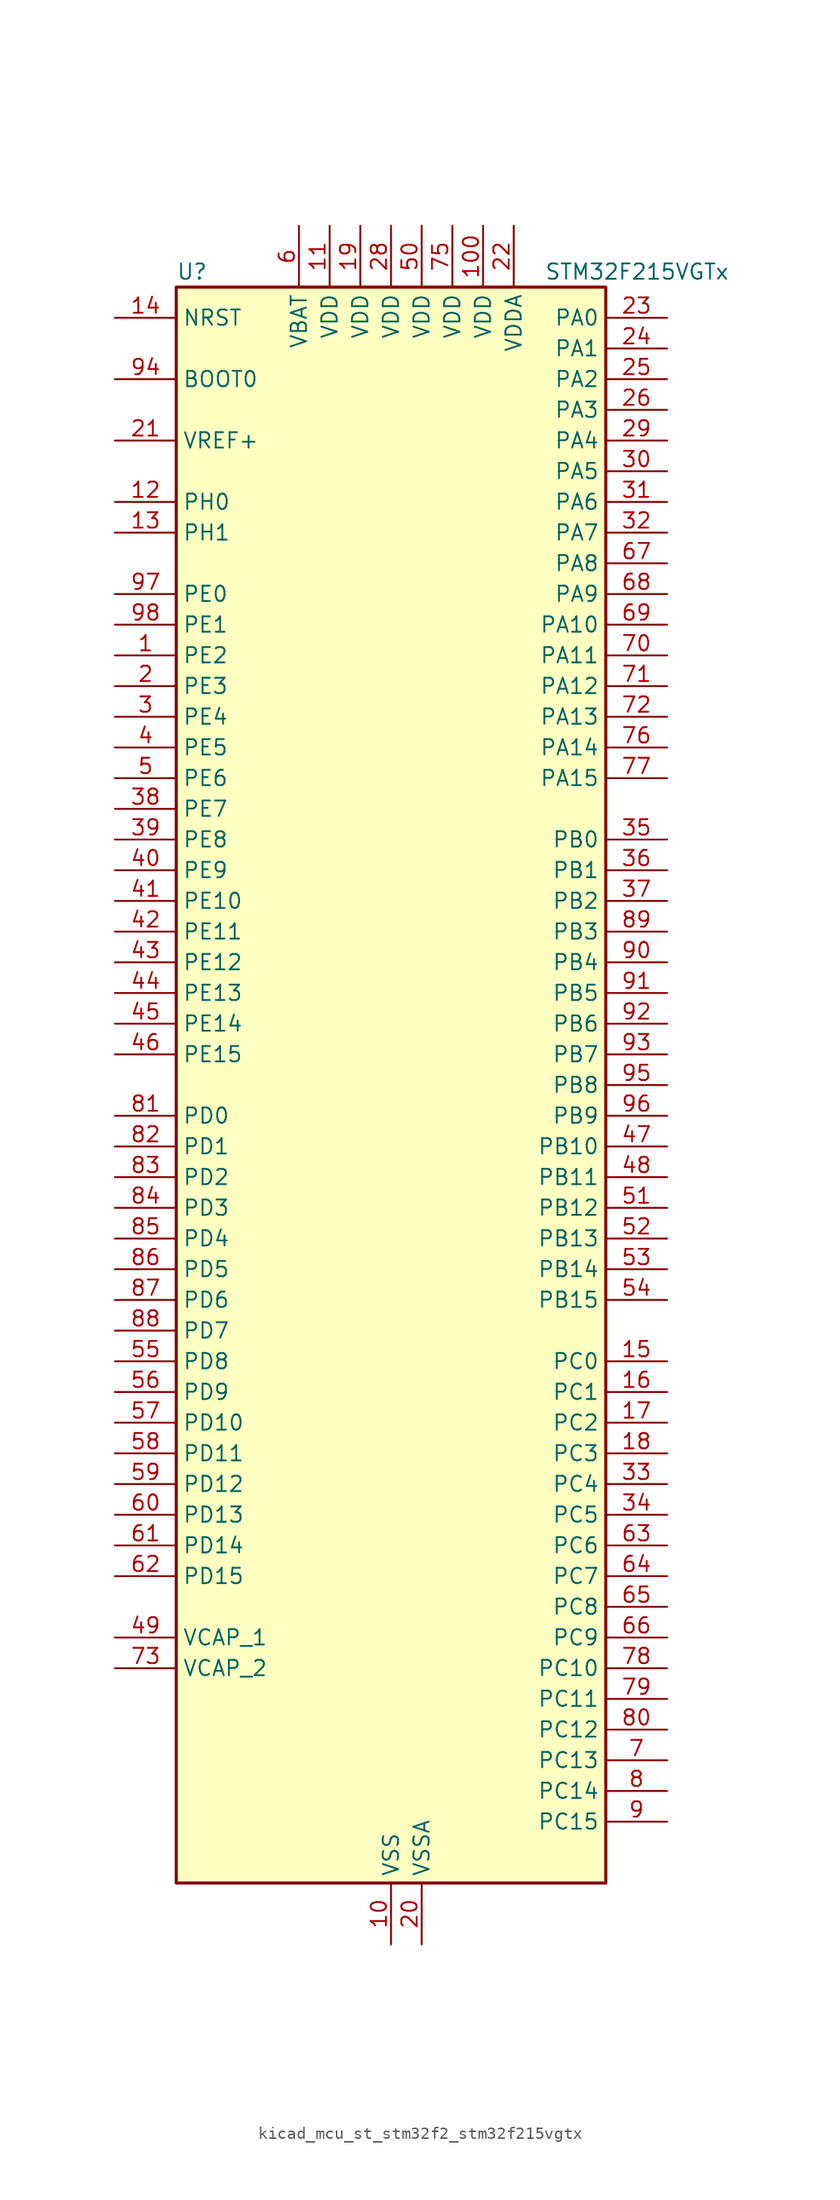
<source format=kicad_sym>
(kicad_symbol_lib
  (version 20220914)
  (generator kicad_symbol_editor)
  (symbol "kicad_mcu_st_stm32f2_stm32f215vgtx"
    (property "Reference" "U"
      (at -17.78 67.31 0)
      (effects (font (size 1.27 1.27)) (justify left)))
    (property "Value" "STM32F215VGTx"
      (at 12.7 67.31 0)
      (effects (font (size 1.27 1.27)) (justify left)))
    (property "ki_locked" ""
      (at 0 0 0)
      (effects (font (size 1.27 1.27))))
    (symbol "kicad_mcu_st_stm32f2_stm32f215vgtx_0_1"
      (rectangle (start -17.78 -66.04) (end 17.78 66.04) (stroke (width 0.254) (type default)) (fill (type background))))
    (symbol "kicad_mcu_st_stm32f2_stm32f215vgtx_1_1"
      (pin bidirectional line (at -22.86 35.56 0) (length 5.08) (name "PE2" (effects (font (size 1.27 1.27)))) (number "1" (effects (font (size 1.27 1.27)))) (alternate "FSMC_A23" bidirectional line) (alternate "SYS_TRACECLK" bidirectional line))
      (pin power_in line (at 0 -71.12 90) (length 5.08) (name "VSS" (effects (font (size 1.27 1.27)))) (number "10" (effects (font (size 1.27 1.27)))))
      (pin power_in line (at 7.62 71.12 270) (length 5.08) (name "VDD" (effects (font (size 1.27 1.27)))) (number "100" (effects (font (size 1.27 1.27)))))
      (pin power_in line (at -5.08 71.12 270) (length 5.08) (name "VDD" (effects (font (size 1.27 1.27)))) (number "11" (effects (font (size 1.27 1.27)))))
      (pin bidirectional line (at -22.86 48.26 0) (length 5.08) (name "PH0" (effects (font (size 1.27 1.27)))) (number "12" (effects (font (size 1.27 1.27)))) (alternate "RCC_OSC_IN" bidirectional line))
      (pin bidirectional line (at -22.86 45.72 0) (length 5.08) (name "PH1" (effects (font (size 1.27 1.27)))) (number "13" (effects (font (size 1.27 1.27)))) (alternate "RCC_OSC_OUT" bidirectional line))
      (pin input line (at -22.86 63.5 0) (length 5.08) (name "NRST" (effects (font (size 1.27 1.27)))) (number "14" (effects (font (size 1.27 1.27)))))
      (pin bidirectional line (at 22.86 -22.86 180) (length 5.08) (name "PC0" (effects (font (size 1.27 1.27)))) (number "15" (effects (font (size 1.27 1.27)))) (alternate "ADC1_IN10" bidirectional line) (alternate "ADC2_IN10" bidirectional line) (alternate "ADC3_IN10" bidirectional line) (alternate "USB_OTG_HS_ULPI_STP" bidirectional line))
      (pin bidirectional line (at 22.86 -25.4 180) (length 5.08) (name "PC1" (effects (font (size 1.27 1.27)))) (number "16" (effects (font (size 1.27 1.27)))) (alternate "ADC1_IN11" bidirectional line) (alternate "ADC2_IN11" bidirectional line) (alternate "ADC3_IN11" bidirectional line))
      (pin bidirectional line (at 22.86 -27.94 180) (length 5.08) (name "PC2" (effects (font (size 1.27 1.27)))) (number "17" (effects (font (size 1.27 1.27)))) (alternate "ADC1_IN12" bidirectional line) (alternate "ADC2_IN12" bidirectional line) (alternate "ADC3_IN12" bidirectional line) (alternate "SPI2_MISO" bidirectional line) (alternate "USB_OTG_HS_ULPI_DIR" bidirectional line))
      (pin bidirectional line (at 22.86 -30.48 180) (length 5.08) (name "PC3" (effects (font (size 1.27 1.27)))) (number "18" (effects (font (size 1.27 1.27)))) (alternate "ADC1_IN13" bidirectional line) (alternate "ADC2_IN13" bidirectional line) (alternate "ADC3_IN13" bidirectional line) (alternate "I2S2_SD" bidirectional line) (alternate "SPI2_MOSI" bidirectional line) (alternate "USB_OTG_HS_ULPI_NXT" bidirectional line))
      (pin power_in line (at -2.54 71.12 270) (length 5.08) (name "VDD" (effects (font (size 1.27 1.27)))) (number "19" (effects (font (size 1.27 1.27)))))
      (pin bidirectional line (at -22.86 33.02 0) (length 5.08) (name "PE3" (effects (font (size 1.27 1.27)))) (number "2" (effects (font (size 1.27 1.27)))) (alternate "FSMC_A19" bidirectional line) (alternate "SYS_TRACED0" bidirectional line))
      (pin power_in line (at 2.54 -71.12 90) (length 5.08) (name "VSSA" (effects (font (size 1.27 1.27)))) (number "20" (effects (font (size 1.27 1.27)))))
      (pin input line (at -22.86 53.34 0) (length 5.08) (name "VREF+" (effects (font (size 1.27 1.27)))) (number "21" (effects (font (size 1.27 1.27)))))
      (pin power_in line (at 10.16 71.12 270) (length 5.08) (name "VDDA" (effects (font (size 1.27 1.27)))) (number "22" (effects (font (size 1.27 1.27)))))
      (pin bidirectional line (at 22.86 63.5 180) (length 5.08) (name "PA0" (effects (font (size 1.27 1.27)))) (number "23" (effects (font (size 1.27 1.27)))) (alternate "ADC1_IN0" bidirectional line) (alternate "ADC2_IN0" bidirectional line) (alternate "ADC3_IN0" bidirectional line) (alternate "SYS_WKUP" bidirectional line) (alternate "TIM2_CH1" bidirectional line) (alternate "TIM2_ETR" bidirectional line) (alternate "TIM5_CH1" bidirectional line) (alternate "TIM8_ETR" bidirectional line) (alternate "UART4_TX" bidirectional line) (alternate "USART2_CTS" bidirectional line))
      (pin bidirectional line (at 22.86 60.96 180) (length 5.08) (name "PA1" (effects (font (size 1.27 1.27)))) (number "24" (effects (font (size 1.27 1.27)))) (alternate "ADC1_IN1" bidirectional line) (alternate "ADC2_IN1" bidirectional line) (alternate "ADC3_IN1" bidirectional line) (alternate "TIM2_CH2" bidirectional line) (alternate "TIM5_CH2" bidirectional line) (alternate "UART4_RX" bidirectional line) (alternate "USART2_RTS" bidirectional line))
      (pin bidirectional line (at 22.86 58.42 180) (length 5.08) (name "PA2" (effects (font (size 1.27 1.27)))) (number "25" (effects (font (size 1.27 1.27)))) (alternate "ADC1_IN2" bidirectional line) (alternate "ADC2_IN2" bidirectional line) (alternate "ADC3_IN2" bidirectional line) (alternate "TIM2_CH3" bidirectional line) (alternate "TIM5_CH3" bidirectional line) (alternate "TIM9_CH1" bidirectional line) (alternate "USART2_TX" bidirectional line))
      (pin bidirectional line (at 22.86 55.88 180) (length 5.08) (name "PA3" (effects (font (size 1.27 1.27)))) (number "26" (effects (font (size 1.27 1.27)))) (alternate "ADC1_IN3" bidirectional line) (alternate "ADC2_IN3" bidirectional line) (alternate "ADC3_IN3" bidirectional line) (alternate "TIM2_CH4" bidirectional line) (alternate "TIM5_CH4" bidirectional line) (alternate "TIM9_CH2" bidirectional line) (alternate "USART2_RX" bidirectional line) (alternate "USB_OTG_HS_ULPI_D0" bidirectional line))
      (pin passive line (at 0 -71.12 90) (length 5.08) hide (name "VSS" (effects (font (size 1.27 1.27)))) (number "27" (effects (font (size 1.27 1.27)))))
      (pin power_in line (at 0 71.12 270) (length 5.08) (name "VDD" (effects (font (size 1.27 1.27)))) (number "28" (effects (font (size 1.27 1.27)))))
      (pin bidirectional line (at 22.86 53.34 180) (length 5.08) (name "PA4" (effects (font (size 1.27 1.27)))) (number "29" (effects (font (size 1.27 1.27)))) (alternate "ADC1_IN4" bidirectional line) (alternate "ADC2_IN4" bidirectional line) (alternate "DAC_OUT1" bidirectional line) (alternate "I2S3_WS" bidirectional line) (alternate "SPI1_NSS" bidirectional line) (alternate "SPI3_NSS" bidirectional line) (alternate "USART2_CK" bidirectional line) (alternate "USB_OTG_HS_SOF" bidirectional line))
      (pin bidirectional line (at -22.86 30.48 0) (length 5.08) (name "PE4" (effects (font (size 1.27 1.27)))) (number "3" (effects (font (size 1.27 1.27)))) (alternate "FSMC_A20" bidirectional line) (alternate "SYS_TRACED1" bidirectional line))
      (pin bidirectional line (at 22.86 50.8 180) (length 5.08) (name "PA5" (effects (font (size 1.27 1.27)))) (number "30" (effects (font (size 1.27 1.27)))) (alternate "ADC1_IN5" bidirectional line) (alternate "ADC2_IN5" bidirectional line) (alternate "DAC_OUT2" bidirectional line) (alternate "SPI1_SCK" bidirectional line) (alternate "TIM2_CH1" bidirectional line) (alternate "TIM2_ETR" bidirectional line) (alternate "TIM8_CH1N" bidirectional line) (alternate "USB_OTG_HS_ULPI_CK" bidirectional line))
      (pin bidirectional line (at 22.86 48.26 180) (length 5.08) (name "PA6" (effects (font (size 1.27 1.27)))) (number "31" (effects (font (size 1.27 1.27)))) (alternate "ADC1_IN6" bidirectional line) (alternate "ADC2_IN6" bidirectional line) (alternate "SPI1_MISO" bidirectional line) (alternate "TIM13_CH1" bidirectional line) (alternate "TIM1_BKIN" bidirectional line) (alternate "TIM3_CH1" bidirectional line) (alternate "TIM8_BKIN" bidirectional line))
      (pin bidirectional line (at 22.86 45.72 180) (length 5.08) (name "PA7" (effects (font (size 1.27 1.27)))) (number "32" (effects (font (size 1.27 1.27)))) (alternate "ADC1_IN7" bidirectional line) (alternate "ADC2_IN7" bidirectional line) (alternate "SPI1_MOSI" bidirectional line) (alternate "TIM14_CH1" bidirectional line) (alternate "TIM1_CH1N" bidirectional line) (alternate "TIM3_CH2" bidirectional line) (alternate "TIM8_CH1N" bidirectional line))
      (pin bidirectional line (at 22.86 -33.02 180) (length 5.08) (name "PC4" (effects (font (size 1.27 1.27)))) (number "33" (effects (font (size 1.27 1.27)))) (alternate "ADC1_IN14" bidirectional line) (alternate "ADC2_IN14" bidirectional line))
      (pin bidirectional line (at 22.86 -35.56 180) (length 5.08) (name "PC5" (effects (font (size 1.27 1.27)))) (number "34" (effects (font (size 1.27 1.27)))) (alternate "ADC1_IN15" bidirectional line) (alternate "ADC2_IN15" bidirectional line))
      (pin bidirectional line (at 22.86 20.32 180) (length 5.08) (name "PB0" (effects (font (size 1.27 1.27)))) (number "35" (effects (font (size 1.27 1.27)))) (alternate "ADC1_IN8" bidirectional line) (alternate "ADC2_IN8" bidirectional line) (alternate "TIM1_CH2N" bidirectional line) (alternate "TIM3_CH3" bidirectional line) (alternate "TIM8_CH2N" bidirectional line) (alternate "USB_OTG_HS_ULPI_D1" bidirectional line))
      (pin bidirectional line (at 22.86 17.78 180) (length 5.08) (name "PB1" (effects (font (size 1.27 1.27)))) (number "36" (effects (font (size 1.27 1.27)))) (alternate "ADC1_IN9" bidirectional line) (alternate "ADC2_IN9" bidirectional line) (alternate "TIM1_CH3N" bidirectional line) (alternate "TIM3_CH4" bidirectional line) (alternate "TIM8_CH3N" bidirectional line) (alternate "USB_OTG_HS_ULPI_D2" bidirectional line))
      (pin bidirectional line (at 22.86 15.24 180) (length 5.08) (name "PB2" (effects (font (size 1.27 1.27)))) (number "37" (effects (font (size 1.27 1.27)))))
      (pin bidirectional line (at -22.86 22.86 0) (length 5.08) (name "PE7" (effects (font (size 1.27 1.27)))) (number "38" (effects (font (size 1.27 1.27)))) (alternate "FSMC_D4" bidirectional line) (alternate "FSMC_DA4" bidirectional line) (alternate "TIM1_ETR" bidirectional line))
      (pin bidirectional line (at -22.86 20.32 0) (length 5.08) (name "PE8" (effects (font (size 1.27 1.27)))) (number "39" (effects (font (size 1.27 1.27)))) (alternate "FSMC_D5" bidirectional line) (alternate "FSMC_DA5" bidirectional line) (alternate "TIM1_CH1N" bidirectional line))
      (pin bidirectional line (at -22.86 27.94 0) (length 5.08) (name "PE5" (effects (font (size 1.27 1.27)))) (number "4" (effects (font (size 1.27 1.27)))) (alternate "FSMC_A21" bidirectional line) (alternate "SYS_TRACED2" bidirectional line) (alternate "TIM9_CH1" bidirectional line))
      (pin bidirectional line (at -22.86 17.78 0) (length 5.08) (name "PE9" (effects (font (size 1.27 1.27)))) (number "40" (effects (font (size 1.27 1.27)))) (alternate "DAC_EXTI9" bidirectional line) (alternate "FSMC_D6" bidirectional line) (alternate "FSMC_DA6" bidirectional line) (alternate "TIM1_CH1" bidirectional line))
      (pin bidirectional line (at -22.86 15.24 0) (length 5.08) (name "PE10" (effects (font (size 1.27 1.27)))) (number "41" (effects (font (size 1.27 1.27)))) (alternate "FSMC_D7" bidirectional line) (alternate "FSMC_DA7" bidirectional line) (alternate "TIM1_CH2N" bidirectional line))
      (pin bidirectional line (at -22.86 12.7 0) (length 5.08) (name "PE11" (effects (font (size 1.27 1.27)))) (number "42" (effects (font (size 1.27 1.27)))) (alternate "ADC1_EXTI11" bidirectional line) (alternate "ADC2_EXTI11" bidirectional line) (alternate "ADC3_EXTI11" bidirectional line) (alternate "FSMC_D8" bidirectional line) (alternate "FSMC_DA8" bidirectional line) (alternate "TIM1_CH2" bidirectional line))
      (pin bidirectional line (at -22.86 10.16 0) (length 5.08) (name "PE12" (effects (font (size 1.27 1.27)))) (number "43" (effects (font (size 1.27 1.27)))) (alternate "FSMC_D9" bidirectional line) (alternate "FSMC_DA9" bidirectional line) (alternate "TIM1_CH3N" bidirectional line))
      (pin bidirectional line (at -22.86 7.62 0) (length 5.08) (name "PE13" (effects (font (size 1.27 1.27)))) (number "44" (effects (font (size 1.27 1.27)))) (alternate "FSMC_D10" bidirectional line) (alternate "FSMC_DA10" bidirectional line) (alternate "TIM1_CH3" bidirectional line))
      (pin bidirectional line (at -22.86 5.08 0) (length 5.08) (name "PE14" (effects (font (size 1.27 1.27)))) (number "45" (effects (font (size 1.27 1.27)))) (alternate "FSMC_D11" bidirectional line) (alternate "FSMC_DA11" bidirectional line) (alternate "TIM1_CH4" bidirectional line))
      (pin bidirectional line (at -22.86 2.54 0) (length 5.08) (name "PE15" (effects (font (size 1.27 1.27)))) (number "46" (effects (font (size 1.27 1.27)))) (alternate "ADC1_EXTI15" bidirectional line) (alternate "ADC2_EXTI15" bidirectional line) (alternate "ADC3_EXTI15" bidirectional line) (alternate "FSMC_D12" bidirectional line) (alternate "FSMC_DA12" bidirectional line) (alternate "TIM1_BKIN" bidirectional line))
      (pin bidirectional line (at 22.86 -5.08 180) (length 5.08) (name "PB10" (effects (font (size 1.27 1.27)))) (number "47" (effects (font (size 1.27 1.27)))) (alternate "I2C2_SCL" bidirectional line) (alternate "I2S2_SCK" bidirectional line) (alternate "SPI2_SCK" bidirectional line) (alternate "TIM2_CH3" bidirectional line) (alternate "USART3_TX" bidirectional line) (alternate "USB_OTG_HS_ULPI_D3" bidirectional line))
      (pin bidirectional line (at 22.86 -7.62 180) (length 5.08) (name "PB11" (effects (font (size 1.27 1.27)))) (number "48" (effects (font (size 1.27 1.27)))) (alternate "ADC1_EXTI11" bidirectional line) (alternate "ADC2_EXTI11" bidirectional line) (alternate "ADC3_EXTI11" bidirectional line) (alternate "I2C2_SDA" bidirectional line) (alternate "TIM2_CH4" bidirectional line) (alternate "USART3_RX" bidirectional line) (alternate "USB_OTG_HS_ULPI_D4" bidirectional line))
      (pin power_out line (at -22.86 -45.72 0) (length 5.08) (name "VCAP_1" (effects (font (size 1.27 1.27)))) (number "49" (effects (font (size 1.27 1.27)))))
      (pin bidirectional line (at -22.86 25.4 0) (length 5.08) (name "PE6" (effects (font (size 1.27 1.27)))) (number "5" (effects (font (size 1.27 1.27)))) (alternate "FSMC_A22" bidirectional line) (alternate "SYS_TRACED3" bidirectional line) (alternate "TIM9_CH2" bidirectional line))
      (pin power_in line (at 2.54 71.12 270) (length 5.08) (name "VDD" (effects (font (size 1.27 1.27)))) (number "50" (effects (font (size 1.27 1.27)))))
      (pin bidirectional line (at 22.86 -10.16 180) (length 5.08) (name "PB12" (effects (font (size 1.27 1.27)))) (number "51" (effects (font (size 1.27 1.27)))) (alternate "CAN2_RX" bidirectional line) (alternate "I2C2_SMBA" bidirectional line) (alternate "I2S2_WS" bidirectional line) (alternate "SPI2_NSS" bidirectional line) (alternate "TIM1_BKIN" bidirectional line) (alternate "USART3_CK" bidirectional line) (alternate "USB_OTG_HS_ID" bidirectional line) (alternate "USB_OTG_HS_ULPI_D5" bidirectional line))
      (pin bidirectional line (at 22.86 -12.7 180) (length 5.08) (name "PB13" (effects (font (size 1.27 1.27)))) (number "52" (effects (font (size 1.27 1.27)))) (alternate "CAN2_TX" bidirectional line) (alternate "I2S2_SCK" bidirectional line) (alternate "SPI2_SCK" bidirectional line) (alternate "TIM1_CH1N" bidirectional line) (alternate "USART3_CTS" bidirectional line) (alternate "USB_OTG_HS_ULPI_D6" bidirectional line) (alternate "USB_OTG_HS_VBUS" bidirectional line))
      (pin bidirectional line (at 22.86 -15.24 180) (length 5.08) (name "PB14" (effects (font (size 1.27 1.27)))) (number "53" (effects (font (size 1.27 1.27)))) (alternate "SPI2_MISO" bidirectional line) (alternate "TIM12_CH1" bidirectional line) (alternate "TIM1_CH2N" bidirectional line) (alternate "TIM8_CH2N" bidirectional line) (alternate "USART3_RTS" bidirectional line) (alternate "USB_OTG_HS_DM" bidirectional line))
      (pin bidirectional line (at 22.86 -17.78 180) (length 5.08) (name "PB15" (effects (font (size 1.27 1.27)))) (number "54" (effects (font (size 1.27 1.27)))) (alternate "ADC1_EXTI15" bidirectional line) (alternate "ADC2_EXTI15" bidirectional line) (alternate "ADC3_EXTI15" bidirectional line) (alternate "I2S2_SD" bidirectional line) (alternate "RTC_REFIN" bidirectional line) (alternate "SPI2_MOSI" bidirectional line) (alternate "TIM12_CH2" bidirectional line) (alternate "TIM1_CH3N" bidirectional line) (alternate "TIM8_CH3N" bidirectional line) (alternate "USB_OTG_HS_DP" bidirectional line))
      (pin bidirectional line (at -22.86 -22.86 0) (length 5.08) (name "PD8" (effects (font (size 1.27 1.27)))) (number "55" (effects (font (size 1.27 1.27)))) (alternate "FSMC_D13" bidirectional line) (alternate "FSMC_DA13" bidirectional line) (alternate "USART3_TX" bidirectional line))
      (pin bidirectional line (at -22.86 -25.4 0) (length 5.08) (name "PD9" (effects (font (size 1.27 1.27)))) (number "56" (effects (font (size 1.27 1.27)))) (alternate "DAC_EXTI9" bidirectional line) (alternate "FSMC_D14" bidirectional line) (alternate "FSMC_DA14" bidirectional line) (alternate "USART3_RX" bidirectional line))
      (pin bidirectional line (at -22.86 -27.94 0) (length 5.08) (name "PD10" (effects (font (size 1.27 1.27)))) (number "57" (effects (font (size 1.27 1.27)))) (alternate "FSMC_D15" bidirectional line) (alternate "FSMC_DA15" bidirectional line) (alternate "USART3_CK" bidirectional line))
      (pin bidirectional line (at -22.86 -30.48 0) (length 5.08) (name "PD11" (effects (font (size 1.27 1.27)))) (number "58" (effects (font (size 1.27 1.27)))) (alternate "ADC1_EXTI11" bidirectional line) (alternate "ADC2_EXTI11" bidirectional line) (alternate "ADC3_EXTI11" bidirectional line) (alternate "FSMC_A16" bidirectional line) (alternate "FSMC_CLE" bidirectional line) (alternate "USART3_CTS" bidirectional line))
      (pin bidirectional line (at -22.86 -33.02 0) (length 5.08) (name "PD12" (effects (font (size 1.27 1.27)))) (number "59" (effects (font (size 1.27 1.27)))) (alternate "FSMC_A17" bidirectional line) (alternate "FSMC_ALE" bidirectional line) (alternate "TIM4_CH1" bidirectional line) (alternate "USART3_RTS" bidirectional line))
      (pin power_in line (at -7.62 71.12 270) (length 5.08) (name "VBAT" (effects (font (size 1.27 1.27)))) (number "6" (effects (font (size 1.27 1.27)))))
      (pin bidirectional line (at -22.86 -35.56 0) (length 5.08) (name "PD13" (effects (font (size 1.27 1.27)))) (number "60" (effects (font (size 1.27 1.27)))) (alternate "FSMC_A18" bidirectional line) (alternate "TIM4_CH2" bidirectional line))
      (pin bidirectional line (at -22.86 -38.1 0) (length 5.08) (name "PD14" (effects (font (size 1.27 1.27)))) (number "61" (effects (font (size 1.27 1.27)))) (alternate "FSMC_D0" bidirectional line) (alternate "FSMC_DA0" bidirectional line) (alternate "TIM4_CH3" bidirectional line))
      (pin bidirectional line (at -22.86 -40.64 0) (length 5.08) (name "PD15" (effects (font (size 1.27 1.27)))) (number "62" (effects (font (size 1.27 1.27)))) (alternate "ADC1_EXTI15" bidirectional line) (alternate "ADC2_EXTI15" bidirectional line) (alternate "ADC3_EXTI15" bidirectional line) (alternate "FSMC_D1" bidirectional line) (alternate "FSMC_DA1" bidirectional line) (alternate "TIM4_CH4" bidirectional line))
      (pin bidirectional line (at 22.86 -38.1 180) (length 5.08) (name "PC6" (effects (font (size 1.27 1.27)))) (number "63" (effects (font (size 1.27 1.27)))) (alternate "I2S2_MCK" bidirectional line) (alternate "SDIO_D6" bidirectional line) (alternate "TIM3_CH1" bidirectional line) (alternate "TIM8_CH1" bidirectional line) (alternate "USART6_TX" bidirectional line))
      (pin bidirectional line (at 22.86 -40.64 180) (length 5.08) (name "PC7" (effects (font (size 1.27 1.27)))) (number "64" (effects (font (size 1.27 1.27)))) (alternate "I2S3_MCK" bidirectional line) (alternate "SDIO_D7" bidirectional line) (alternate "TIM3_CH2" bidirectional line) (alternate "TIM8_CH2" bidirectional line) (alternate "USART6_RX" bidirectional line))
      (pin bidirectional line (at 22.86 -43.18 180) (length 5.08) (name "PC8" (effects (font (size 1.27 1.27)))) (number "65" (effects (font (size 1.27 1.27)))) (alternate "SDIO_D0" bidirectional line) (alternate "TIM3_CH3" bidirectional line) (alternate "TIM8_CH3" bidirectional line) (alternate "USART6_CK" bidirectional line))
      (pin bidirectional line (at 22.86 -45.72 180) (length 5.08) (name "PC9" (effects (font (size 1.27 1.27)))) (number "66" (effects (font (size 1.27 1.27)))) (alternate "DAC_EXTI9" bidirectional line) (alternate "I2C3_SDA" bidirectional line) (alternate "I2S_CKIN" bidirectional line) (alternate "RCC_MCO_2" bidirectional line) (alternate "SDIO_D1" bidirectional line) (alternate "TIM3_CH4" bidirectional line) (alternate "TIM8_CH4" bidirectional line))
      (pin bidirectional line (at 22.86 43.18 180) (length 5.08) (name "PA8" (effects (font (size 1.27 1.27)))) (number "67" (effects (font (size 1.27 1.27)))) (alternate "I2C3_SCL" bidirectional line) (alternate "RCC_MCO_1" bidirectional line) (alternate "TIM1_CH1" bidirectional line) (alternate "USART1_CK" bidirectional line) (alternate "USB_OTG_FS_SOF" bidirectional line))
      (pin bidirectional line (at 22.86 40.64 180) (length 5.08) (name "PA9" (effects (font (size 1.27 1.27)))) (number "68" (effects (font (size 1.27 1.27)))) (alternate "DAC_EXTI9" bidirectional line) (alternate "I2C3_SMBA" bidirectional line) (alternate "TIM1_CH2" bidirectional line) (alternate "USART1_TX" bidirectional line) (alternate "USB_OTG_FS_VBUS" bidirectional line))
      (pin bidirectional line (at 22.86 38.1 180) (length 5.08) (name "PA10" (effects (font (size 1.27 1.27)))) (number "69" (effects (font (size 1.27 1.27)))) (alternate "TIM1_CH3" bidirectional line) (alternate "USART1_RX" bidirectional line) (alternate "USB_OTG_FS_ID" bidirectional line))
      (pin bidirectional line (at 22.86 -55.88 180) (length 5.08) (name "PC13" (effects (font (size 1.27 1.27)))) (number "7" (effects (font (size 1.27 1.27)))) (alternate "RTC_AF1" bidirectional line))
      (pin bidirectional line (at 22.86 35.56 180) (length 5.08) (name "PA11" (effects (font (size 1.27 1.27)))) (number "70" (effects (font (size 1.27 1.27)))) (alternate "ADC1_EXTI11" bidirectional line) (alternate "ADC2_EXTI11" bidirectional line) (alternate "ADC3_EXTI11" bidirectional line) (alternate "CAN1_RX" bidirectional line) (alternate "TIM1_CH4" bidirectional line) (alternate "USART1_CTS" bidirectional line) (alternate "USB_OTG_FS_DM" bidirectional line))
      (pin bidirectional line (at 22.86 33.02 180) (length 5.08) (name "PA12" (effects (font (size 1.27 1.27)))) (number "71" (effects (font (size 1.27 1.27)))) (alternate "CAN1_TX" bidirectional line) (alternate "TIM1_ETR" bidirectional line) (alternate "USART1_RTS" bidirectional line) (alternate "USB_OTG_FS_DP" bidirectional line))
      (pin bidirectional line (at 22.86 30.48 180) (length 5.08) (name "PA13" (effects (font (size 1.27 1.27)))) (number "72" (effects (font (size 1.27 1.27)))) (alternate "SYS_JTMS-SWDIO" bidirectional line))
      (pin power_out line (at -22.86 -48.26 0) (length 5.08) (name "VCAP_2" (effects (font (size 1.27 1.27)))) (number "73" (effects (font (size 1.27 1.27)))))
      (pin passive line (at 0 -71.12 90) (length 5.08) hide (name "VSS" (effects (font (size 1.27 1.27)))) (number "74" (effects (font (size 1.27 1.27)))))
      (pin power_in line (at 5.08 71.12 270) (length 5.08) (name "VDD" (effects (font (size 1.27 1.27)))) (number "75" (effects (font (size 1.27 1.27)))))
      (pin bidirectional line (at 22.86 27.94 180) (length 5.08) (name "PA14" (effects (font (size 1.27 1.27)))) (number "76" (effects (font (size 1.27 1.27)))) (alternate "SYS_JTCK-SWCLK" bidirectional line))
      (pin bidirectional line (at 22.86 25.4 180) (length 5.08) (name "PA15" (effects (font (size 1.27 1.27)))) (number "77" (effects (font (size 1.27 1.27)))) (alternate "ADC1_EXTI15" bidirectional line) (alternate "ADC2_EXTI15" bidirectional line) (alternate "ADC3_EXTI15" bidirectional line) (alternate "I2S3_WS" bidirectional line) (alternate "SPI1_NSS" bidirectional line) (alternate "SPI3_NSS" bidirectional line) (alternate "SYS_JTDI" bidirectional line) (alternate "TIM2_CH1" bidirectional line) (alternate "TIM2_ETR" bidirectional line))
      (pin bidirectional line (at 22.86 -48.26 180) (length 5.08) (name "PC10" (effects (font (size 1.27 1.27)))) (number "78" (effects (font (size 1.27 1.27)))) (alternate "I2S3_SCK" bidirectional line) (alternate "SDIO_D2" bidirectional line) (alternate "SPI3_SCK" bidirectional line) (alternate "UART4_TX" bidirectional line) (alternate "USART3_TX" bidirectional line))
      (pin bidirectional line (at 22.86 -50.8 180) (length 5.08) (name "PC11" (effects (font (size 1.27 1.27)))) (number "79" (effects (font (size 1.27 1.27)))) (alternate "ADC1_EXTI11" bidirectional line) (alternate "ADC2_EXTI11" bidirectional line) (alternate "ADC3_EXTI11" bidirectional line) (alternate "SDIO_D3" bidirectional line) (alternate "SPI3_MISO" bidirectional line) (alternate "UART4_RX" bidirectional line) (alternate "USART3_RX" bidirectional line))
      (pin bidirectional line (at 22.86 -58.42 180) (length 5.08) (name "PC14" (effects (font (size 1.27 1.27)))) (number "8" (effects (font (size 1.27 1.27)))) (alternate "RCC_OSC32_IN" bidirectional line))
      (pin bidirectional line (at 22.86 -53.34 180) (length 5.08) (name "PC12" (effects (font (size 1.27 1.27)))) (number "80" (effects (font (size 1.27 1.27)))) (alternate "I2S3_SD" bidirectional line) (alternate "SDIO_CK" bidirectional line) (alternate "SPI3_MOSI" bidirectional line) (alternate "UART5_TX" bidirectional line) (alternate "USART3_CK" bidirectional line))
      (pin bidirectional line (at -22.86 -2.54 0) (length 5.08) (name "PD0" (effects (font (size 1.27 1.27)))) (number "81" (effects (font (size 1.27 1.27)))) (alternate "CAN1_RX" bidirectional line) (alternate "FSMC_D2" bidirectional line) (alternate "FSMC_DA2" bidirectional line))
      (pin bidirectional line (at -22.86 -5.08 0) (length 5.08) (name "PD1" (effects (font (size 1.27 1.27)))) (number "82" (effects (font (size 1.27 1.27)))) (alternate "CAN1_TX" bidirectional line) (alternate "FSMC_D3" bidirectional line) (alternate "FSMC_DA3" bidirectional line))
      (pin bidirectional line (at -22.86 -7.62 0) (length 5.08) (name "PD2" (effects (font (size 1.27 1.27)))) (number "83" (effects (font (size 1.27 1.27)))) (alternate "SDIO_CMD" bidirectional line) (alternate "TIM3_ETR" bidirectional line) (alternate "UART5_RX" bidirectional line))
      (pin bidirectional line (at -22.86 -10.16 0) (length 5.08) (name "PD3" (effects (font (size 1.27 1.27)))) (number "84" (effects (font (size 1.27 1.27)))) (alternate "FSMC_CLK" bidirectional line) (alternate "USART2_CTS" bidirectional line))
      (pin bidirectional line (at -22.86 -12.7 0) (length 5.08) (name "PD4" (effects (font (size 1.27 1.27)))) (number "85" (effects (font (size 1.27 1.27)))) (alternate "FSMC_NOE" bidirectional line) (alternate "USART2_RTS" bidirectional line))
      (pin bidirectional line (at -22.86 -15.24 0) (length 5.08) (name "PD5" (effects (font (size 1.27 1.27)))) (number "86" (effects (font (size 1.27 1.27)))) (alternate "FSMC_NWE" bidirectional line) (alternate "USART2_TX" bidirectional line))
      (pin bidirectional line (at -22.86 -17.78 0) (length 5.08) (name "PD6" (effects (font (size 1.27 1.27)))) (number "87" (effects (font (size 1.27 1.27)))) (alternate "FSMC_NWAIT" bidirectional line) (alternate "USART2_RX" bidirectional line))
      (pin bidirectional line (at -22.86 -20.32 0) (length 5.08) (name "PD7" (effects (font (size 1.27 1.27)))) (number "88" (effects (font (size 1.27 1.27)))) (alternate "FSMC_NCE2" bidirectional line) (alternate "FSMC_NE1" bidirectional line) (alternate "USART2_CK" bidirectional line))
      (pin bidirectional line (at 22.86 12.7 180) (length 5.08) (name "PB3" (effects (font (size 1.27 1.27)))) (number "89" (effects (font (size 1.27 1.27)))) (alternate "I2S3_SCK" bidirectional line) (alternate "SPI1_SCK" bidirectional line) (alternate "SPI3_SCK" bidirectional line) (alternate "SYS_JTDO-SWO" bidirectional line) (alternate "TIM2_CH2" bidirectional line))
      (pin bidirectional line (at 22.86 -60.96 180) (length 5.08) (name "PC15" (effects (font (size 1.27 1.27)))) (number "9" (effects (font (size 1.27 1.27)))) (alternate "ADC1_EXTI15" bidirectional line) (alternate "ADC2_EXTI15" bidirectional line) (alternate "ADC3_EXTI15" bidirectional line) (alternate "RCC_OSC32_OUT" bidirectional line))
      (pin bidirectional line (at 22.86 10.16 180) (length 5.08) (name "PB4" (effects (font (size 1.27 1.27)))) (number "90" (effects (font (size 1.27 1.27)))) (alternate "SPI1_MISO" bidirectional line) (alternate "SPI3_MISO" bidirectional line) (alternate "SYS_JTRST" bidirectional line) (alternate "TIM3_CH1" bidirectional line))
      (pin bidirectional line (at 22.86 7.62 180) (length 5.08) (name "PB5" (effects (font (size 1.27 1.27)))) (number "91" (effects (font (size 1.27 1.27)))) (alternate "CAN2_RX" bidirectional line) (alternate "I2C1_SMBA" bidirectional line) (alternate "I2S3_SD" bidirectional line) (alternate "SPI1_MOSI" bidirectional line) (alternate "SPI3_MOSI" bidirectional line) (alternate "TIM3_CH2" bidirectional line) (alternate "USB_OTG_HS_ULPI_D7" bidirectional line))
      (pin bidirectional line (at 22.86 5.08 180) (length 5.08) (name "PB6" (effects (font (size 1.27 1.27)))) (number "92" (effects (font (size 1.27 1.27)))) (alternate "CAN2_TX" bidirectional line) (alternate "I2C1_SCL" bidirectional line) (alternate "TIM4_CH1" bidirectional line) (alternate "USART1_TX" bidirectional line))
      (pin bidirectional line (at 22.86 2.54 180) (length 5.08) (name "PB7" (effects (font (size 1.27 1.27)))) (number "93" (effects (font (size 1.27 1.27)))) (alternate "FSMC_NL" bidirectional line) (alternate "I2C1_SDA" bidirectional line) (alternate "TIM4_CH2" bidirectional line) (alternate "USART1_RX" bidirectional line))
      (pin input line (at -22.86 58.42 0) (length 5.08) (name "BOOT0" (effects (font (size 1.27 1.27)))) (number "94" (effects (font (size 1.27 1.27)))))
      (pin bidirectional line (at 22.86 0 180) (length 5.08) (name "PB8" (effects (font (size 1.27 1.27)))) (number "95" (effects (font (size 1.27 1.27)))) (alternate "CAN1_RX" bidirectional line) (alternate "I2C1_SCL" bidirectional line) (alternate "SDIO_D4" bidirectional line) (alternate "TIM10_CH1" bidirectional line) (alternate "TIM4_CH3" bidirectional line))
      (pin bidirectional line (at 22.86 -2.54 180) (length 5.08) (name "PB9" (effects (font (size 1.27 1.27)))) (number "96" (effects (font (size 1.27 1.27)))) (alternate "CAN1_TX" bidirectional line) (alternate "DAC_EXTI9" bidirectional line) (alternate "I2C1_SDA" bidirectional line) (alternate "I2S2_WS" bidirectional line) (alternate "SDIO_D5" bidirectional line) (alternate "SPI2_NSS" bidirectional line) (alternate "TIM11_CH1" bidirectional line) (alternate "TIM4_CH4" bidirectional line))
      (pin bidirectional line (at -22.86 40.64 0) (length 5.08) (name "PE0" (effects (font (size 1.27 1.27)))) (number "97" (effects (font (size 1.27 1.27)))) (alternate "FSMC_NBL0" bidirectional line) (alternate "TIM4_ETR" bidirectional line))
      (pin bidirectional line (at -22.86 38.1 0) (length 5.08) (name "PE1" (effects (font (size 1.27 1.27)))) (number "98" (effects (font (size 1.27 1.27)))) (alternate "FSMC_NBL1" bidirectional line))
      (pin no_connect line (at -17.78 -66.04 0) (length 5.08) hide (name "RFU" (effects (font (size 1.27 1.27)))) (number "99" (effects (font (size 1.27 1.27))))))))
</source>
